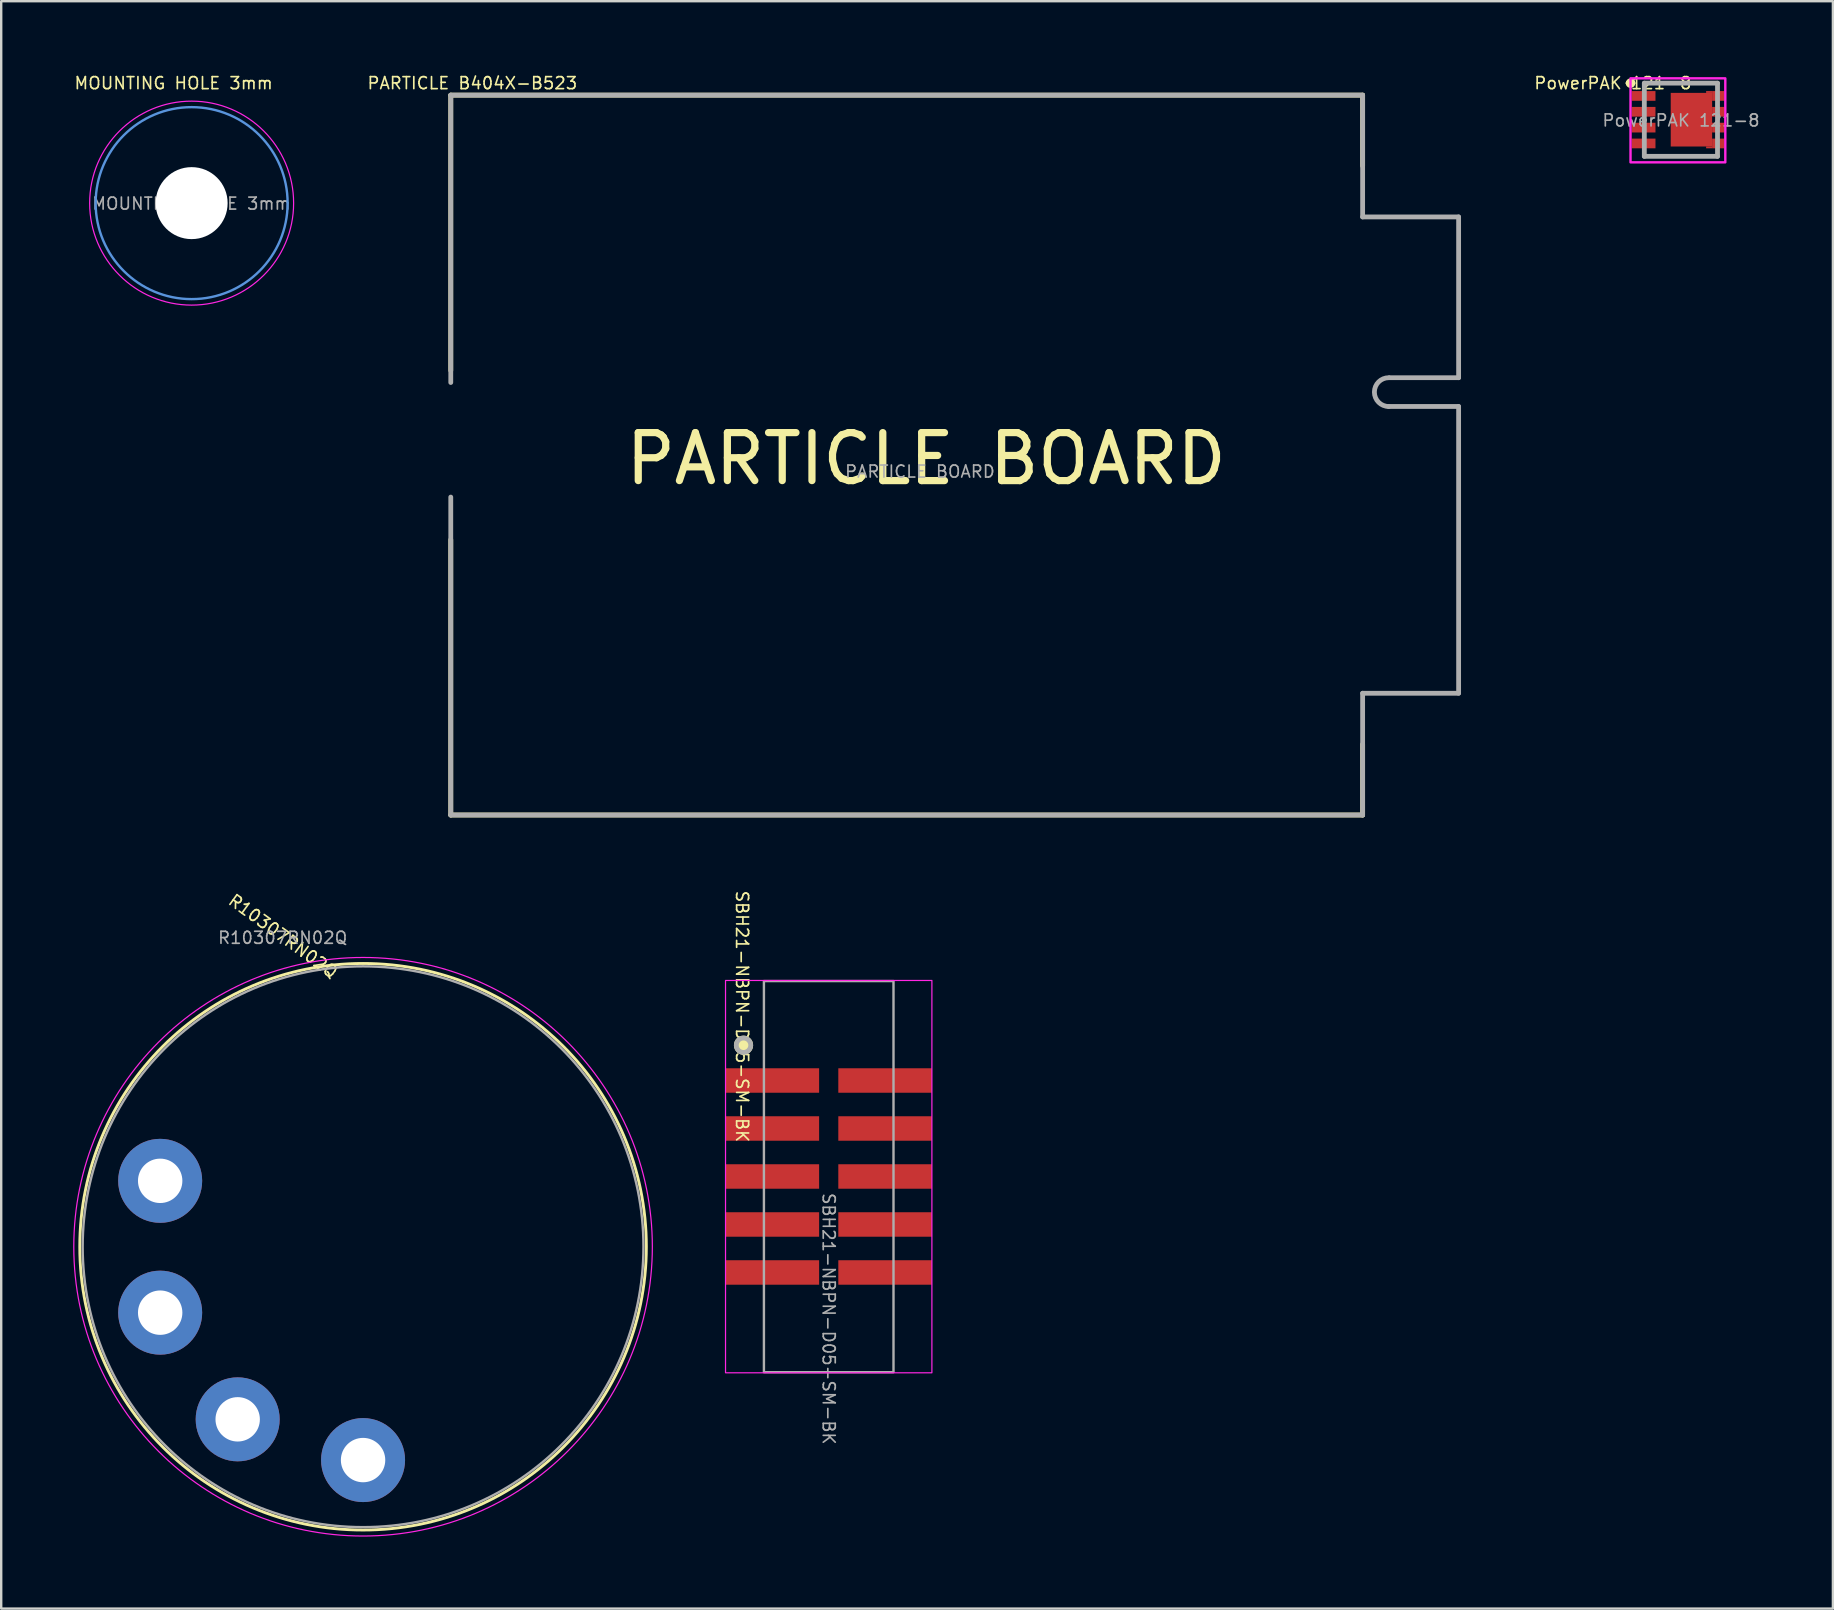
<source format=kicad_pcb>
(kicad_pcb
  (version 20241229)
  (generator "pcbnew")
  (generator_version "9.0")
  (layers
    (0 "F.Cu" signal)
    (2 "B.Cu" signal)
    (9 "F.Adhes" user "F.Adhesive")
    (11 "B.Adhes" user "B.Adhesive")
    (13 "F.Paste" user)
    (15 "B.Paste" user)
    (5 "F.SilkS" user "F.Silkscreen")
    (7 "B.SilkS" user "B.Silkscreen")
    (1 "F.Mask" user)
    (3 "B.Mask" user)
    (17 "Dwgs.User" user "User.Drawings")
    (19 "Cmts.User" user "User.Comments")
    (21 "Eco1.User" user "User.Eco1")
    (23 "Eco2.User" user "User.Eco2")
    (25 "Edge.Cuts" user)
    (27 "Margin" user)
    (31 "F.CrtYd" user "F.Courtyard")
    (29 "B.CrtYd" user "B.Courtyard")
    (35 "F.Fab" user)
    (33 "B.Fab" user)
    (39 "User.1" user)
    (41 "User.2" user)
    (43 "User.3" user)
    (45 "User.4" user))
  (footprint "MOUNTING HOLE 3mm"
    (layer "F.Cu")
    (at 4.936 5.415)
    (property "Reference" "MOUNTING HOLE 3mm" (at -0.75 -5 0) (unlocked yes) (layer "F.SilkS") (effects (font (size 0.5 0.5) (thickness 0.07))))
    (attr smd exclude_from_bom)
    (fp_circle (center 0 0) (end 4 0) (stroke (width 0.1) (type default)) (fill no) (layer "Cmts.User"))
    (fp_circle (center 0 0) (end 4.25 0) (stroke (width 0.05) (type default)) (fill no) (layer "F.CrtYd"))
    (fp_text user "${REFERENCE}" (at -0.01 0.02 0) (unlocked yes) (layer "F.Fab") (effects (font (size 0.5 0.5) (thickness 0.07))))
    (pad "" np_thru_hole circle (at 0 0) (size 3 3) (drill 3) (layers "*.Cu" "*.Mask")))
  (footprint "R10307RN02Q"
    (layer "F.Cu")
    (at 12.08 48.906)
    (property "Reference" "R10307RN02Q" (at -3.336 -12.939 323.96) (layer "F.SilkS") (effects (font (size 0.5 0.5) (thickness 0.07))))
    (fp_circle (center 0 0) (end 0 11.805) (stroke (width 0.12) (type default)) (fill no) (layer "F.SilkS"))
    (fp_circle (center 0 0) (end 0 12.055) (stroke (width 0.05) (type default)) (fill no) (layer "F.CrtYd"))
    (fp_circle (center 0 0) (end 0 11.685) (stroke (width 0.1) (type default)) (fill no) (layer "F.Fab"))
    (fp_text user "${REFERENCE}" (at -3.35 -12.875 0) (layer "F.Fab") (effects (font (size 0.5 0.5) (thickness 0.07))))
    (pad "1" thru_hole circle (at -5.225 7.192) (size 3.5 3.5) (drill 1.85) (layers "*.Cu" "*.Mask"))
    (pad "2" thru_hole circle (at -8.455 2.747) (size 3.5 3.5) (drill 1.85) (layers "*.Cu" "*.Mask"))
    (pad "3" thru_hole circle (at -8.455 -2.747) (size 3.5 3.5) (drill 1.85) (layers "*.Cu" "*.Mask"))
    (pad "10" thru_hole circle (at 0 8.89) (size 3.5 3.5) (drill 1.85) (layers "*.Cu" "*.Mask")))
  (footprint "SBH21-NBPN-D05-SM-BK"
    (layer "F.Cu")
    (at 31.535 45.983)
    (property "Reference" "SBH21-NBPN-D05-SM-BK" (at -3.66 -6.675 270) (unlocked yes) (layer "F.SilkS") (effects (font (size 0.5 0.5) (thickness 0.07))))
    (attr smd)
    (fp_circle (center -3.6 -5.475) (end -3.3 -5.475) (stroke (width 0.2) (type solid)) (fill yes) (layer "F.SilkS"))
    (fp_rect (start -4.35 -8.175) (end 4.25 8.175) (stroke (width 0.05) (type default)) (fill no) (layer "F.CrtYd"))
    (fp_rect (start -2.75 -8.15) (end 2.65 8.15) (stroke (width 0.1) (type default)) (fill no) (layer "F.Fab"))
    (fp_circle (center -3.6 -5.475) (end -3.3 -5.475) (stroke (width 0.2) (type solid)) (fill no) (layer "F.Fab"))
    (fp_text user "${REFERENCE}" (at -0.05 5.925 270) (unlocked yes) (layer "F.Fab") (effects (font (size 0.5 0.5) (thickness 0.07))))
    (pad "1" smd rect (at -2.4 -4.005) (size 3.9 1.02) (layers "F.Cu" "F.Mask" "F.Paste"))
    (pad "2" smd rect (at 2.3 -4.005) (size 3.9 1.02) (layers "F.Cu" "F.Mask" "F.Paste"))
    (pad "3" smd rect (at -2.4 -2.005) (size 3.9 1.02) (layers "F.Cu" "F.Mask" "F.Paste"))
    (pad "4" smd rect (at 2.3 -2.005) (size 3.9 1.02) (layers "F.Cu" "F.Mask" "F.Paste"))
    (pad "5" smd rect (at -2.4 -0.005) (size 3.9 1.02) (layers "F.Cu" "F.Mask" "F.Paste"))
    (pad "6" smd rect (at 2.3 -0.005) (size 3.9 1.02) (layers "F.Cu" "F.Mask" "F.Paste"))
    (pad "7" smd rect (at -2.4 1.995) (size 3.9 1.02) (layers "F.Cu" "F.Mask" "F.Paste"))
    (pad "8" smd rect (at 2.3 1.995) (size 3.9 1.02) (layers "F.Cu" "F.Mask" "F.Paste"))
    (pad "9" smd rect (at -2.4 3.995) (size 3.9 1.02) (layers "F.Cu" "F.Mask" "F.Paste"))
    (pad "10" smd rect (at 2.3 3.995) (size 3.9 1.02) (layers "F.Cu" "F.Mask" "F.Paste")))
  (footprint "PowerPAK 121-8"
    (layer "F.Cu")
    (at 66.999 1.94)
    (property "Reference" "PowerPAK 121-8" (at -2.835 -1.525 0) (layer "F.SilkS") (effects (font (size 0.5 0.5) (thickness 0.07))))
    (attr smd)
    (fp_line (start -2.2 -1.525) (end -2.2 -1.525) (stroke (width 0.2) (type solid)) (layer "F.SilkS"))
    (fp_line (start -2 -1.525) (end -2 -1.525) (stroke (width 0.2) (type solid)) (layer "F.SilkS"))
    (fp_line (start -1.525 -1.525) (end 1.555 -1.525) (stroke (width 0.1) (type solid)) (layer "F.SilkS"))
    (fp_line (start -1.5 1.525) (end 1.525 1.525) (stroke (width 0.1) (type solid)) (layer "F.SilkS"))
    (fp_arc (start -2.2 -1.525) (mid -2.1 -1.625) (end -2 -1.525) (stroke (width 0.2) (type solid)) (layer "F.SilkS"))
    (fp_arc (start -2 -1.525) (mid -2.1 -1.425) (end -2.2 -1.525) (stroke (width 0.2) (type solid)) (layer "F.SilkS"))
    (fp_rect (start -2.1 -1.725) (end 1.85 1.775) (stroke (width 0.1) (type solid)) (fill no) (layer "F.CrtYd"))
    (fp_line (start -1.525 -1.525) (end 1.525 -1.525) (stroke (width 0.2) (type solid)) (layer "F.Fab"))
    (fp_line (start -1.525 1.525) (end -1.525 -1.525) (stroke (width 0.2) (type solid)) (layer "F.Fab"))
    (fp_line (start 1.525 -1.525) (end 1.525 1.525) (stroke (width 0.2) (type solid)) (layer "F.Fab"))
    (fp_line (start 1.525 1.525) (end -1.525 1.525) (stroke (width 0.2) (type solid)) (layer "F.Fab"))
    (fp_text user "${REFERENCE}" (at 0.005 0.029 0) (layer "F.Fab") (effects (font (size 0.5 0.5) (thickness 0.07))))
    (pad "1" smd rect (at -1.555 -0.992 90) (size 0.405 0.99) (layers "F.Cu" "F.Mask" "F.Paste"))
    (pad "2" smd rect (at -1.555 -0.332 90) (size 0.405 0.99) (layers "F.Cu" "F.Mask" "F.Paste"))
    (pad "3" smd rect (at -1.555 0.328 90) (size 0.405 0.99) (layers "F.Cu" "F.Mask" "F.Paste"))
    (pad "4" smd rect (at -1.555 0.988 90) (size 0.405 0.99) (layers "F.Cu" "F.Mask" "F.Paste"))
    (pad "5" smd rect (at 1.175 1.152 90) (size 0.077 0.25) (layers "F.Cu" "F.Mask" "F.Paste"))
    (pad "5" smd rect (at 1.555 0.988 90) (size 0.405 0.51) (layers "F.Cu" "F.Mask" "F.Paste"))
    (pad "6" smd rect (at 1.555 0.328 90) (size 0.405 0.51) (layers "F.Cu" "F.Mask" "F.Paste"))
    (pad "7" smd rect (at 1.555 -0.332 90) (size 0.405 0.51) (layers "F.Cu" "F.Mask" "F.Paste"))
    (pad "8" smd rect (at 1.175 -1.156 90) (size 0.077 0.25) (layers "F.Cu" "F.Mask" "F.Paste"))
    (pad "8" smd rect (at 1.555 -0.992 90) (size 0.405 0.51) (layers "F.Cu" "F.Mask" "F.Paste"))
    (pad "9" smd rect (at 0.438 -0.002) (size 1.725 2.235) (layers "F.Cu" "F.Mask" "F.Paste")))
  (footprint "PARTICLE B404X-B523"
    (layer "F.Cu")
    (at 15.735 0.915)
    (property "Reference" "PARTICLE B404X-B523" (at 0.9 -0.5 180) (layer "F.SilkS") (effects (font (size 0.5 0.5) (thickness 0.07))))
    (attr smd exclude_from_bom)
    (fp_line (start 0 0) (end 38 0) (stroke (width 0.2) (type solid)) (layer "F.SilkS"))
    (fp_line (start 0 11.475) (end 0 0) (stroke (width 0.2) (type solid)) (layer "F.SilkS"))
    (fp_line (start 0 30) (end 0 18.525) (stroke (width 0.2) (type solid)) (layer "F.SilkS"))
    (fp_line (start 0 30) (end 38 30) (stroke (width 0.2) (type solid)) (layer "F.SilkS"))
    (fp_line (start 38 2.95) (end 38 0) (stroke (width 0.2) (type solid)) (layer "F.SilkS"))
    (fp_line (start 38 30) (end 38 27.05) (stroke (width 0.2) (type solid)) (layer "F.SilkS"))
    (fp_line (start 0 0) (end 38 0) (stroke (width 0.2) (type solid)) (layer "F.Fab"))
    (fp_line (start 0 11.975) (end 0 0) (stroke (width 0.2) (type solid)) (layer "F.Fab"))
    (fp_line (start 0 30) (end 0 16.75) (stroke (width 0.2) (type solid)) (layer "F.Fab"))
    (fp_line (start 0 30) (end 38 30) (stroke (width 0.2) (type solid)) (layer "F.Fab"))
    (fp_line (start 38 5.075) (end 38 0) (stroke (width 0.2) (type solid)) (layer "F.Fab"))
    (fp_line (start 38 5.075) (end 42 5.075) (stroke (width 0.2) (type solid)) (layer "F.Fab"))
    (fp_line (start 38 24.925) (end 42 24.925) (stroke (width 0.2) (type solid)) (layer "F.Fab"))
    (fp_line (start 38 30) (end 38 24.925) (stroke (width 0.2) (type solid)) (layer "F.Fab"))
    (fp_line (start 39.09 12.975) (end 42 12.975) (stroke (width 0.2) (type solid)) (layer "F.Fab"))
    (fp_line (start 39.125 11.775) (end 42 11.775) (stroke (width 0.2) (type solid)) (layer "F.Fab"))
    (fp_line (start 42 11.775) (end 42 5.075) (stroke (width 0.2) (type solid)) (layer "F.Fab"))
    (fp_line (start 42 24.925) (end 42 12.975) (stroke (width 0.2) (type solid)) (layer "F.Fab"))
    (fp_arc (start 39.09 12.975) (mid 38.49 12.375) (end 39.09 11.775) (stroke (width 0.2) (type default)) (layer "F.Fab"))
    (fp_text user "PARTICLE BOARD" (at 7.14 16.323 0) (unlocked yes) (layer "F.SilkS") (effects (font (size 2 2) (thickness 0.3)) (justify left bottom)))
    (fp_text user "PARTICLE BOARD" (at 16.387 15.98 0) (unlocked yes) (layer "F.Fab") (effects (font (size 0.5 0.5) (thickness 0.07)) (justify left bottom))))
  (gr_rect
    (start -3 -3)
    (end 73.333 63.986)
    (stroke (width 0.1) (type default))
    (fill no)
    (layer "Edge.Cuts")))
</source>
